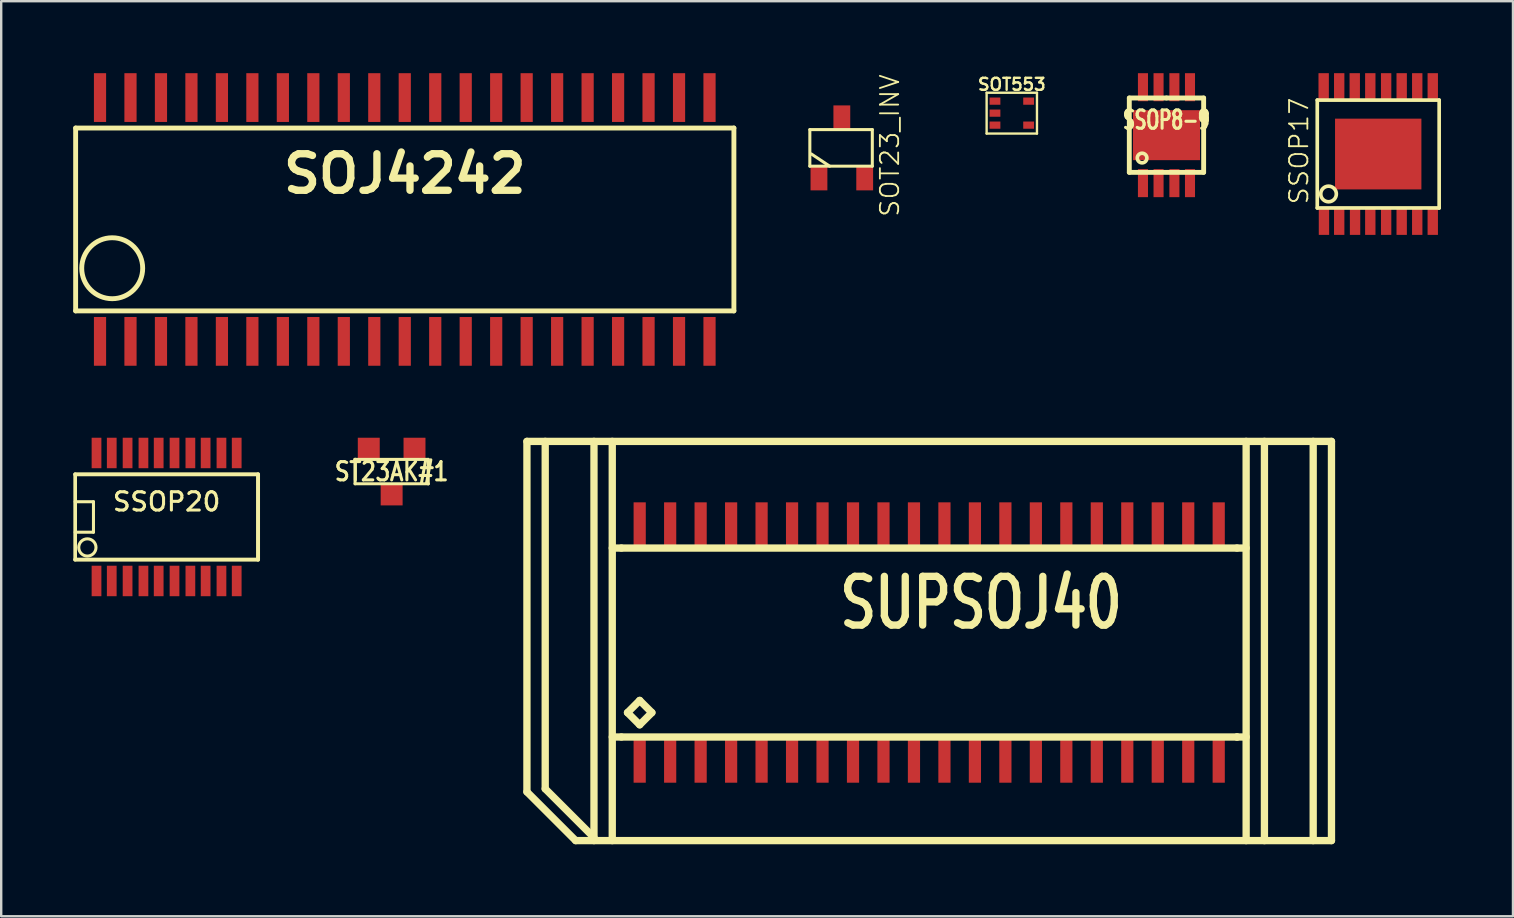
<source format=kicad_pcb>
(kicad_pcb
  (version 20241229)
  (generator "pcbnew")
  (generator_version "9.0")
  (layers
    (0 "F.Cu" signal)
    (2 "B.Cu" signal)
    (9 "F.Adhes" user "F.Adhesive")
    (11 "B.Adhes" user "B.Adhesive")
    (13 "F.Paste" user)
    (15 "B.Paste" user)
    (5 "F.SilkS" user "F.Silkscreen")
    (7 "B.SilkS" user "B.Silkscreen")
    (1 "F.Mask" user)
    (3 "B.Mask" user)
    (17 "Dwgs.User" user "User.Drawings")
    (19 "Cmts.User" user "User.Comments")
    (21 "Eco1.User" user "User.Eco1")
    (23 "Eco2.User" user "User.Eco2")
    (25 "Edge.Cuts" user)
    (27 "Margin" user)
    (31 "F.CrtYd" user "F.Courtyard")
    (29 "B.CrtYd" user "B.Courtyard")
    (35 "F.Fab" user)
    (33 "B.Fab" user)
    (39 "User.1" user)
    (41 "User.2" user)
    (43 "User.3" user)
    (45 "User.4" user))
  (footprint "SOT553"
    (layer "F.Cu")
    (at 39.115 1.665)
    (property "Reference" "SOT553" (at 0 -1.199 0) (layer "F.SilkS") (effects (font (size 0.5 0.5) (thickness 0.099))))
    (attr smd)
    (fp_line (start -1.049 -0.851) (end 1.049 -0.851) (stroke (width 0.099) (type solid)) (layer "F.SilkS"))
    (fp_line (start -1.049 0.851) (end -1.049 -0.851) (stroke (width 0.099) (type solid)) (layer "F.SilkS"))
    (fp_line (start 1.049 -0.851) (end 1.049 0.851) (stroke (width 0.099) (type solid)) (layer "F.SilkS"))
    (fp_line (start 1.049 0.851) (end -1.049 0.851) (stroke (width 0.099) (type solid)) (layer "F.SilkS"))
    (pad "1" smd rect (at -0.701 -0.5) (size 0.45 0.3) (layers "F.Cu" "F.Mask" "F.Paste"))
    (pad "2" smd rect (at -0.701 0) (size 0.45 0.3) (layers "F.Cu" "F.Mask" "F.Paste"))
    (pad "3" smd rect (at -0.701 0.5) (size 0.45 0.3) (layers "F.Cu" "F.Mask" "F.Paste"))
    (pad "4" smd rect (at 0.701 0.5) (size 0.45 0.3) (layers "F.Cu" "F.Mask" "F.Paste"))
    (pad "5" smd rect (at 0.701 -0.5) (size 0.45 0.3) (layers "F.Cu" "F.Mask" "F.Paste")))
  (footprint "SSOP20"
    (layer "F.Cu")
    (at 3.893 18.494)
    (property "Reference" "SSOP20" (at 0 -0.635 0) (layer "F.SilkS") (effects (font (size 0.762 0.762) (thickness 0.127))))
    (attr smd)
    (fp_line (start -3.81 -0.635) (end -3.048 -0.635) (stroke (width 0.127) (type solid)) (layer "F.SilkS"))
    (fp_line (start -3.81 1.778) (end -3.81 -1.778) (stroke (width 0.152) (type solid)) (layer "F.SilkS"))
    (fp_line (start -3.81 1.778) (end 3.81 1.778) (stroke (width 0.165) (type solid)) (layer "F.SilkS"))
    (fp_line (start -3.048 -0.635) (end -3.048 0.635) (stroke (width 0.127) (type solid)) (layer "F.SilkS"))
    (fp_line (start -3.048 0.635) (end -3.81 0.635) (stroke (width 0.127) (type solid)) (layer "F.SilkS"))
    (fp_line (start 3.81 -1.778) (end -3.81 -1.778) (stroke (width 0.165) (type solid)) (layer "F.SilkS"))
    (fp_line (start 3.81 -1.778) (end 3.81 1.778) (stroke (width 0.165) (type solid)) (layer "F.SilkS"))
    (fp_circle (center -3.302 1.27) (end -3.556 1.016) (stroke (width 0.127) (type solid)) (fill no) (layer "F.SilkS"))
    (pad "1" smd rect (at -2.921 2.667) (size 0.406 1.27) (layers "F.Cu" "F.Mask" "F.Paste"))
    (pad "2" smd rect (at -2.286 2.667) (size 0.406 1.27) (layers "F.Cu" "F.Mask" "F.Paste"))
    (pad "3" smd rect (at -1.626 2.667) (size 0.406 1.27) (layers "F.Cu" "F.Mask" "F.Paste"))
    (pad "4" smd rect (at -0.965 2.667) (size 0.406 1.27) (layers "F.Cu" "F.Mask" "F.Paste"))
    (pad "5" smd rect (at -0.33 2.667) (size 0.406 1.27) (layers "F.Cu" "F.Mask" "F.Paste"))
    (pad "6" smd rect (at 0.33 2.667) (size 0.406 1.27) (layers "F.Cu" "F.Mask" "F.Paste"))
    (pad "7" smd rect (at 0.991 2.667) (size 0.406 1.27) (layers "F.Cu" "F.Mask" "F.Paste"))
    (pad "8" smd rect (at 1.626 2.667) (size 0.406 1.27) (layers "F.Cu" "F.Mask" "F.Paste"))
    (pad "9" smd rect (at 2.286 2.667) (size 0.406 1.27) (layers "F.Cu" "F.Mask" "F.Paste"))
    (pad "10" smd rect (at 2.921 2.667) (size 0.406 1.27) (layers "F.Cu" "F.Mask" "F.Paste"))
    (pad "11" smd rect (at 2.921 -2.667) (size 0.406 1.27) (layers "F.Cu" "F.Mask" "F.Paste"))
    (pad "12" smd rect (at 2.286 -2.667) (size 0.406 1.27) (layers "F.Cu" "F.Mask" "F.Paste"))
    (pad "13" smd rect (at 1.626 -2.667) (size 0.406 1.27) (layers "F.Cu" "F.Mask" "F.Paste"))
    (pad "14" smd rect (at 0.991 -2.667) (size 0.406 1.27) (layers "F.Cu" "F.Mask" "F.Paste"))
    (pad "15" smd rect (at 0.33 -2.667) (size 0.406 1.27) (layers "F.Cu" "F.Mask" "F.Paste"))
    (pad "16" smd rect (at -0.33 -2.667) (size 0.406 1.27) (layers "F.Cu" "F.Mask" "F.Paste"))
    (pad "17" smd rect (at -0.965 -2.667) (size 0.406 1.27) (layers "F.Cu" "F.Mask" "F.Paste"))
    (pad "18" smd rect (at -1.626 -2.667) (size 0.406 1.27) (layers "F.Cu" "F.Mask" "F.Paste"))
    (pad "19" smd rect (at -2.286 -2.667) (size 0.406 1.27) (layers "F.Cu" "F.Mask" "F.Paste"))
    (pad "20" smd rect (at -2.921 -2.667) (size 0.406 1.27) (layers "F.Cu" "F.Mask" "F.Paste")))
  (footprint "ST23AK#1"
    (layer "F.Cu")
    (at 13.271 16.602)
    (property "Reference" "ST23AK#1" (at 0 0 0) (layer "F.SilkS") (effects (font (size 0.762 0.635) (thickness 0.127))))
    (attr smd)
    (fp_line (start -1.524 -0.508) (end -1.524 -0.508) (stroke (width 0.127) (type solid)) (layer "F.SilkS"))
    (fp_line (start -1.524 -0.508) (end -1.524 -0.508) (stroke (width 0.127) (type solid)) (layer "F.SilkS"))
    (fp_line (start -1.524 -0.508) (end 1.524 -0.508) (stroke (width 0.127) (type solid)) (layer "F.SilkS"))
    (fp_line (start -1.524 0.508) (end -1.524 -0.508) (stroke (width 0.127) (type solid)) (layer "F.SilkS"))
    (fp_line (start 1.524 -0.508) (end 1.524 0.508) (stroke (width 0.127) (type solid)) (layer "F.SilkS"))
    (fp_line (start 1.524 0.508) (end -1.524 0.508) (stroke (width 0.127) (type solid)) (layer "F.SilkS"))
    (fp_line (start 1.524 0.508) (end 1.524 0.508) (stroke (width 0.127) (type solid)) (layer "F.SilkS"))
    (pad "1" smd rect (at 0.953 -0.953) (size 0.914 0.914) (layers "F.Cu" "F.Mask" "F.Paste"))
    (pad "2" smd rect (at 0 0.953) (size 0.914 0.914) (layers "F.Cu" "F.Mask" "F.Paste"))
    (pad "3" smd rect (at -0.953 -0.953) (size 0.914 0.914) (layers "F.Cu" "F.Mask" "F.Paste")))
  (footprint "SSOP17"
    (layer "F.Cu")
    (at 54.385 3.369)
    (property "Reference" "SSOP17" (at -3.302 -0.127 90) (layer "F.SilkS") (effects (font (size 0.762 0.762) (thickness 0.076))))
    (attr smd)
    (fp_line (start -2.54 -2.248) (end -2.54 2.248) (stroke (width 0.152) (type solid)) (layer "F.SilkS"))
    (fp_line (start -2.54 2.248) (end 2.54 2.248) (stroke (width 0.152) (type solid)) (layer "F.SilkS"))
    (fp_line (start 2.54 -2.248) (end -2.54 -2.248) (stroke (width 0.152) (type solid)) (layer "F.SilkS"))
    (fp_line (start 2.54 2.248) (end 2.54 -2.248) (stroke (width 0.152) (type solid)) (layer "F.SilkS"))
    (fp_circle (center -2.07 1.664) (end -2.273 1.918) (stroke (width 0.152) (type solid)) (fill no) (layer "F.SilkS"))
    (pad "1" smd rect (at -2.261 2.794) (size 0.432 1.151) (layers "F.Cu" "F.Mask" "F.Paste"))
    (pad "2" smd rect (at -1.626 2.794) (size 0.432 1.151) (layers "F.Cu" "F.Mask" "F.Paste"))
    (pad "3" smd rect (at -0.965 2.794) (size 0.432 1.151) (layers "F.Cu" "F.Mask" "F.Paste"))
    (pad "4" smd rect (at -0.33 2.794) (size 0.432 1.151) (layers "F.Cu" "F.Mask" "F.Paste"))
    (pad "5" smd rect (at 0.33 2.794) (size 0.432 1.151) (layers "F.Cu" "F.Mask" "F.Paste"))
    (pad "6" smd rect (at 0.978 2.794) (size 0.432 1.151) (layers "F.Cu" "F.Mask" "F.Paste"))
    (pad "7" smd rect (at 1.626 2.794) (size 0.432 1.151) (layers "F.Cu" "F.Mask" "F.Paste"))
    (pad "8" smd rect (at 2.273 2.794) (size 0.432 1.151) (layers "F.Cu" "F.Mask" "F.Paste"))
    (pad "9" smd rect (at 2.273 -2.794) (size 0.432 1.151) (layers "F.Cu" "F.Mask" "F.Paste"))
    (pad "10" smd rect (at 1.626 -2.794) (size 0.432 1.151) (layers "F.Cu" "F.Mask" "F.Paste"))
    (pad "11" smd rect (at 0.978 -2.794) (size 0.432 1.151) (layers "F.Cu" "F.Mask" "F.Paste"))
    (pad "12" smd rect (at 0.33 -2.794) (size 0.432 1.151) (layers "F.Cu" "F.Mask" "F.Paste"))
    (pad "13" smd rect (at -0.33 -2.794) (size 0.432 1.151) (layers "F.Cu" "F.Mask" "F.Paste"))
    (pad "14" smd rect (at -0.978 -2.794) (size 0.432 1.151) (layers "F.Cu" "F.Mask" "F.Paste"))
    (pad "15" smd rect (at -1.626 -2.794) (size 0.432 1.151) (layers "F.Cu" "F.Mask" "F.Paste"))
    (pad "16" smd rect (at -2.273 -2.794) (size 0.432 1.151) (layers "F.Cu" "F.Mask" "F.Paste"))
    (pad "17" smd rect (at 0 0) (size 3.599 2.949) (layers "F.Cu" "F.Mask" "F.Paste")))
  (footprint "SSOP8-9"
    (layer "F.Cu")
    (at 45.561 2.583)
    (property "Reference" "SSOP8-9" (at 0 -0.635 0) (layer "F.SilkS") (effects (font (size 0.762 0.508) (thickness 0.152))))
    (attr smd)
    (fp_line (start -1.549 -1.549) (end -1.549 1.549) (stroke (width 0.203) (type solid)) (layer "F.SilkS"))
    (fp_line (start -1.549 1.549) (end 1.549 1.549) (stroke (width 0.203) (type solid)) (layer "F.SilkS"))
    (fp_line (start 0 -1.549) (end -1.549 -1.549) (stroke (width 0.203) (type solid)) (layer "F.SilkS"))
    (fp_line (start 1.549 -1.549) (end 0 -1.549) (stroke (width 0.203) (type solid)) (layer "F.SilkS"))
    (fp_line (start 1.549 1.549) (end 1.549 -1.549) (stroke (width 0.203) (type solid)) (layer "F.SilkS"))
    (fp_circle (center -1.016 0.953) (end -1.079 1.143) (stroke (width 0.152) (type solid)) (fill no) (layer "F.SilkS"))
    (pad "1" smd rect (at -0.98 1.999) (size 0.419 1.168) (layers "F.Cu" "F.Mask" "F.Paste"))
    (pad "2" smd rect (at -0.33 1.999) (size 0.419 1.168) (layers "F.Cu" "F.Mask" "F.Paste"))
    (pad "3" smd rect (at 0.33 1.999) (size 0.419 1.168) (layers "F.Cu" "F.Mask" "F.Paste"))
    (pad "4" smd rect (at 0.98 1.999) (size 0.419 1.168) (layers "F.Cu" "F.Mask" "F.Paste"))
    (pad "5" smd rect (at 0.98 -1.999) (size 0.419 1.168) (layers "F.Cu" "F.Mask" "F.Paste"))
    (pad "6" smd rect (at 0.33 -1.999) (size 0.419 1.168) (layers "F.Cu" "F.Mask" "F.Paste"))
    (pad "7" smd rect (at -0.33 -1.999) (size 0.419 1.168) (layers "F.Cu" "F.Mask" "F.Paste"))
    (pad "8" smd rect (at -0.98 -1.999) (size 0.419 1.168) (layers "F.Cu" "F.Mask" "F.Paste"))
    (pad "9" smd rect (at 0 0) (size 2.794 2.083) (layers "F.Cu" "F.Mask" "F.Paste")))
  (footprint "SOJ4242"
    (layer "F.Cu")
    (at 13.818 6.096)
    (property "Reference" "SOJ4242" (at 0 -1.905 0) (layer "F.SilkS") (effects (font (size 1.524 1.524) (thickness 0.305))))
    (attr smd)
    (fp_line (start -13.716 -3.81) (end 13.716 -3.81) (stroke (width 0.203) (type solid)) (layer "F.SilkS"))
    (fp_line (start -13.716 3.81) (end -13.716 -3.81) (stroke (width 0.203) (type solid)) (layer "F.SilkS"))
    (fp_line (start 13.716 3.81) (end -13.716 3.81) (stroke (width 0.203) (type solid)) (layer "F.SilkS"))
    (fp_line (start 13.716 3.81) (end 13.716 -3.81) (stroke (width 0.203) (type solid)) (layer "F.SilkS"))
    (fp_circle (center -12.192 2.032) (end -12.192 0.762) (stroke (width 0.203) (type solid)) (fill no) (layer "F.SilkS"))
    (pad "1" smd rect (at -12.7 5.08) (size 0.508 2.032) (layers "F.Cu" "F.Mask" "F.Paste"))
    (pad "2" smd rect (at -11.43 5.08) (size 0.508 2.032) (layers "F.Cu" "F.Mask" "F.Paste"))
    (pad "3" smd rect (at -10.16 5.08) (size 0.508 2.032) (layers "F.Cu" "F.Mask" "F.Paste"))
    (pad "4" smd rect (at -8.89 5.08) (size 0.508 2.032) (layers "F.Cu" "F.Mask" "F.Paste"))
    (pad "5" smd rect (at -7.62 5.08) (size 0.508 2.032) (layers "F.Cu" "F.Mask" "F.Paste"))
    (pad "6" smd rect (at -6.35 5.08) (size 0.508 2.032) (layers "F.Cu" "F.Mask" "F.Paste"))
    (pad "7" smd rect (at -5.08 5.08) (size 0.508 2.032) (layers "F.Cu" "F.Mask" "F.Paste"))
    (pad "8" smd rect (at -3.81 5.08) (size 0.508 2.032) (layers "F.Cu" "F.Mask" "F.Paste"))
    (pad "9" smd rect (at -2.54 5.08) (size 0.508 2.032) (layers "F.Cu" "F.Mask" "F.Paste"))
    (pad "10" smd rect (at -1.27 5.08) (size 0.508 2.032) (layers "F.Cu" "F.Mask" "F.Paste"))
    (pad "11" smd rect (at 0 5.08) (size 0.508 2.032) (layers "F.Cu" "F.Mask" "F.Paste"))
    (pad "12" smd rect (at 1.27 5.08) (size 0.508 2.032) (layers "F.Cu" "F.Mask" "F.Paste"))
    (pad "13" smd rect (at 2.54 5.08) (size 0.508 2.032) (layers "F.Cu" "F.Mask" "F.Paste"))
    (pad "14" smd rect (at 3.81 5.08) (size 0.508 2.032) (layers "F.Cu" "F.Mask" "F.Paste"))
    (pad "15" smd rect (at 5.08 5.08) (size 0.508 2.032) (layers "F.Cu" "F.Mask" "F.Paste"))
    (pad "16" smd rect (at 6.35 5.08) (size 0.508 2.032) (layers "F.Cu" "F.Mask" "F.Paste"))
    (pad "17" smd rect (at 7.62 5.08) (size 0.508 2.032) (layers "F.Cu" "F.Mask" "F.Paste"))
    (pad "18" smd rect (at 8.89 5.08) (size 0.508 2.032) (layers "F.Cu" "F.Mask" "F.Paste"))
    (pad "19" smd rect (at 10.16 5.08) (size 0.508 2.032) (layers "F.Cu" "F.Mask" "F.Paste"))
    (pad "20" smd rect (at 11.43 5.08) (size 0.508 2.032) (layers "F.Cu" "F.Mask" "F.Paste"))
    (pad "21" smd rect (at 12.7 5.08) (size 0.508 2.032) (layers "F.Cu" "F.Mask" "F.Paste"))
    (pad "22" smd rect (at 12.7 -5.08) (size 0.508 2.032) (layers "F.Cu" "F.Mask" "F.Paste"))
    (pad "23" smd rect (at 11.43 -5.08) (size 0.508 2.032) (layers "F.Cu" "F.Mask" "F.Paste"))
    (pad "24" smd rect (at 10.16 -5.08) (size 0.508 2.032) (layers "F.Cu" "F.Mask" "F.Paste"))
    (pad "25" smd rect (at 8.89 -5.08) (size 0.508 2.032) (layers "F.Cu" "F.Mask" "F.Paste"))
    (pad "26" smd rect (at 7.62 -5.08) (size 0.508 2.032) (layers "F.Cu" "F.Mask" "F.Paste"))
    (pad "27" smd rect (at 6.35 -5.08) (size 0.508 2.032) (layers "F.Cu" "F.Mask" "F.Paste"))
    (pad "28" smd rect (at 5.08 -5.08) (size 0.508 2.032) (layers "F.Cu" "F.Mask" "F.Paste"))
    (pad "29" smd rect (at 3.81 -5.08) (size 0.508 2.032) (layers "F.Cu" "F.Mask" "F.Paste"))
    (pad "30" smd rect (at 2.54 -5.08) (size 0.508 2.032) (layers "F.Cu" "F.Mask" "F.Paste"))
    (pad "31" smd rect (at 1.27 -5.08) (size 0.508 2.032) (layers "F.Cu" "F.Mask" "F.Paste"))
    (pad "32" smd rect (at 0 -5.08) (size 0.508 2.032) (layers "F.Cu" "F.Mask" "F.Paste"))
    (pad "33" smd rect (at -1.27 -5.08) (size 0.508 2.032) (layers "F.Cu" "F.Mask" "F.Paste"))
    (pad "34" smd rect (at -2.54 -5.08) (size 0.508 2.032) (layers "F.Cu" "F.Mask" "F.Paste"))
    (pad "35" smd rect (at -3.81 -5.08) (size 0.508 2.032) (layers "F.Cu" "F.Mask" "F.Paste"))
    (pad "36" smd rect (at -5.08 -5.08) (size 0.508 2.032) (layers "F.Cu" "F.Mask" "F.Paste"))
    (pad "37" smd rect (at -6.35 -5.08) (size 0.508 2.032) (layers "F.Cu" "F.Mask" "F.Paste"))
    (pad "38" smd rect (at -7.62 -5.08) (size 0.508 2.032) (layers "F.Cu" "F.Mask" "F.Paste"))
    (pad "39" smd rect (at -8.89 -5.08) (size 0.508 2.032) (layers "F.Cu" "F.Mask" "F.Paste"))
    (pad "40" smd rect (at -10.16 -5.08) (size 0.508 2.032) (layers "F.Cu" "F.Mask" "F.Paste"))
    (pad "41" smd rect (at -11.43 -5.08) (size 0.508 2.032) (layers "F.Cu" "F.Mask" "F.Paste"))
    (pad "42" smd rect (at -12.7 -5.08) (size 0.508 2.032) (layers "F.Cu" "F.Mask" "F.Paste")))
  (footprint "SOT23_INV"
    (layer "F.Cu")
    (at 32.032 3.113)
    (property "Reference" "SOT23_INV" (at 1.999 -0.099 90) (layer "F.SilkS") (effects (font (size 0.762 0.762) (thickness 0.076))))
    (attr smd)
    (fp_line (start -1.333 -0.762) (end 1.27 -0.762) (stroke (width 0.127) (type solid)) (layer "F.SilkS"))
    (fp_line (start -1.333 0.762) (end -1.333 -0.762) (stroke (width 0.127) (type solid)) (layer "F.SilkS"))
    (fp_line (start -0.508 0.762) (end -1.27 0.254) (stroke (width 0.127) (type solid)) (layer "F.SilkS"))
    (fp_line (start 1.27 -0.762) (end 1.27 0.762) (stroke (width 0.127) (type solid)) (layer "F.SilkS"))
    (fp_line (start 1.27 0.762) (end -1.333 0.762) (stroke (width 0.127) (type solid)) (layer "F.SilkS"))
    (pad "1" smd rect (at 0.953 1.27) (size 0.701 1.001) (layers "F.Cu" "F.Mask" "F.Paste"))
    (pad "2" smd rect (at -0.953 1.27) (size 0.701 1.001) (layers "F.Cu" "F.Mask" "F.Paste"))
    (pad "3" smd rect (at 0 -1.27) (size 0.701 1.001) (layers "F.Cu" "F.Mask" "F.Paste")))
  (footprint "SUPSOJ40"
    (layer "F.Cu")
    (at 36.308 23.599)
    (property "Reference" "SUPSOJ40" (at 1.524 -1.524 180) (layer "F.SilkS") (effects (font (size 2.032 1.524) (thickness 0.305))))
    (attr smd)
    (fp_line (start -17.399 6.35) (end -17.399 -8.255) (stroke (width 0.305) (type solid)) (layer "F.SilkS"))
    (fp_line (start -16.637 -8.255) (end -16.637 6.223) (stroke (width 0.305) (type solid)) (layer "F.SilkS"))
    (fp_line (start -16.637 6.223) (end -14.605 8.255) (stroke (width 0.305) (type solid)) (layer "F.SilkS"))
    (fp_line (start -15.367 8.382) (end -17.399 6.35) (stroke (width 0.305) (type solid)) (layer "F.SilkS"))
    (fp_line (start -14.605 8.382) (end -14.605 -8.255) (stroke (width 0.305) (type solid)) (layer "F.SilkS"))
    (fp_line (start -13.843 8.382) (end -13.843 -8.255) (stroke (width 0.305) (type solid)) (layer "F.SilkS"))
    (fp_line (start -13.462 -3.81) (end -13.843 -3.81) (stroke (width 0.305) (type solid)) (layer "F.SilkS"))
    (fp_line (start -13.462 -3.81) (end 12.192 -3.81) (stroke (width 0.305) (type solid)) (layer "F.SilkS"))
    (fp_line (start -13.462 4.064) (end -13.843 4.064) (stroke (width 0.305) (type solid)) (layer "F.SilkS"))
    (fp_line (start -13.208 3.048) (end -12.7 2.54) (stroke (width 0.305) (type solid)) (layer "F.SilkS"))
    (fp_line (start -12.7 2.54) (end -12.192 3.048) (stroke (width 0.305) (type solid)) (layer "F.SilkS"))
    (fp_line (start -12.7 3.556) (end -13.208 3.048) (stroke (width 0.305) (type solid)) (layer "F.SilkS"))
    (fp_line (start -12.192 3.048) (end -12.7 3.556) (stroke (width 0.305) (type solid)) (layer "F.SilkS"))
    (fp_line (start 12.192 -3.81) (end 12.573 -3.81) (stroke (width 0.305) (type solid)) (layer "F.SilkS"))
    (fp_line (start 12.192 4.064) (end -13.462 4.064) (stroke (width 0.305) (type solid)) (layer "F.SilkS"))
    (fp_line (start 12.192 4.064) (end 12.192 4.064) (stroke (width 0.305) (type solid)) (layer "F.SilkS"))
    (fp_line (start 12.192 4.064) (end 12.573 4.064) (stroke (width 0.305) (type solid)) (layer "F.SilkS"))
    (fp_line (start 12.573 8.382) (end 12.573 -8.255) (stroke (width 0.305) (type solid)) (layer "F.SilkS"))
    (fp_line (start 13.335 8.382) (end 13.335 -8.255) (stroke (width 0.305) (type solid)) (layer "F.SilkS"))
    (fp_line (start 15.367 8.382) (end 15.367 -8.255) (stroke (width 0.305) (type solid)) (layer "F.SilkS"))
    (fp_line (start 16.129 -8.255) (end -17.399 -8.255) (stroke (width 0.305) (type solid)) (layer "F.SilkS"))
    (fp_line (start 16.129 -8.255) (end 16.129 8.382) (stroke (width 0.305) (type solid)) (layer "F.SilkS"))
    (fp_line (start 16.129 8.382) (end -15.367 8.382) (stroke (width 0.305) (type solid)) (layer "F.SilkS"))
    (pad "1" smd rect (at -12.7 5.08) (size 0.508 1.778) (layers "F.Cu" "F.Mask" "F.Paste"))
    (pad "2" smd rect (at -11.43 5.08) (size 0.508 1.778) (layers "F.Cu" "F.Mask" "F.Paste"))
    (pad "3" smd rect (at -10.16 5.08) (size 0.508 1.778) (layers "F.Cu" "F.Mask" "F.Paste"))
    (pad "4" smd rect (at -8.89 5.08) (size 0.508 1.778) (layers "F.Cu" "F.Mask" "F.Paste"))
    (pad "5" smd rect (at -7.62 5.08) (size 0.508 1.778) (layers "F.Cu" "F.Mask" "F.Paste"))
    (pad "6" smd rect (at -6.35 5.08) (size 0.508 1.778) (layers "F.Cu" "F.Mask" "F.Paste"))
    (pad "7" smd rect (at -5.08 5.08) (size 0.508 1.778) (layers "F.Cu" "F.Mask" "F.Paste"))
    (pad "8" smd rect (at -3.81 5.08) (size 0.508 1.778) (layers "F.Cu" "F.Mask" "F.Paste"))
    (pad "9" smd rect (at -2.54 5.08) (size 0.508 1.778) (layers "F.Cu" "F.Mask" "F.Paste"))
    (pad "10" smd rect (at -1.27 5.08) (size 0.508 1.778) (layers "F.Cu" "F.Mask" "F.Paste"))
    (pad "11" smd rect (at 0 5.08) (size 0.508 1.778) (layers "F.Cu" "F.Mask" "F.Paste"))
    (pad "12" smd rect (at 1.27 5.08) (size 0.508 1.778) (layers "F.Cu" "F.Mask" "F.Paste"))
    (pad "13" smd rect (at 2.54 5.08) (size 0.508 1.778) (layers "F.Cu" "F.Mask" "F.Paste"))
    (pad "14" smd rect (at 3.81 5.08) (size 0.508 1.778) (layers "F.Cu" "F.Mask" "F.Paste"))
    (pad "15" smd rect (at 5.08 5.08) (size 0.508 1.778) (layers "F.Cu" "F.Mask" "F.Paste"))
    (pad "16" smd rect (at 6.35 5.08) (size 0.508 1.778) (layers "F.Cu" "F.Mask" "F.Paste"))
    (pad "17" smd rect (at 7.62 5.08) (size 0.508 1.778) (layers "F.Cu" "F.Mask" "F.Paste"))
    (pad "18" smd rect (at 8.89 5.08) (size 0.508 1.778) (layers "F.Cu" "F.Mask" "F.Paste"))
    (pad "19" smd rect (at 10.16 5.08) (size 0.508 1.778) (layers "F.Cu" "F.Mask" "F.Paste"))
    (pad "20" smd rect (at 11.43 5.08) (size 0.508 1.778) (layers "F.Cu" "F.Mask" "F.Paste"))
    (pad "21" smd rect (at 11.43 -4.826) (size 0.508 1.778) (layers "F.Cu" "F.Mask" "F.Paste"))
    (pad "22" smd rect (at 10.16 -4.826) (size 0.508 1.778) (layers "F.Cu" "F.Mask" "F.Paste"))
    (pad "23" smd rect (at 8.89 -4.826) (size 0.508 1.778) (layers "F.Cu" "F.Mask" "F.Paste"))
    (pad "24" smd rect (at 7.62 -4.826) (size 0.508 1.778) (layers "F.Cu" "F.Mask" "F.Paste"))
    (pad "25" smd rect (at 6.35 -4.826) (size 0.508 1.778) (layers "F.Cu" "F.Mask" "F.Paste"))
    (pad "26" smd rect (at 5.08 -4.826) (size 0.508 1.778) (layers "F.Cu" "F.Mask" "F.Paste"))
    (pad "27" smd rect (at 3.81 -4.826) (size 0.508 1.778) (layers "F.Cu" "F.Mask" "F.Paste"))
    (pad "28" smd rect (at 2.54 -4.826) (size 0.508 1.778) (layers "F.Cu" "F.Mask" "F.Paste"))
    (pad "29" smd rect (at 1.27 -4.826) (size 0.508 1.778) (layers "F.Cu" "F.Mask" "F.Paste"))
    (pad "30" smd rect (at 0 -4.826) (size 0.508 1.778) (layers "F.Cu" "F.Mask" "F.Paste"))
    (pad "31" smd rect (at -1.27 -4.826) (size 0.508 1.778) (layers "F.Cu" "F.Mask" "F.Paste"))
    (pad "32" smd rect (at -2.54 -4.826) (size 0.508 1.778) (layers "F.Cu" "F.Mask" "F.Paste"))
    (pad "33" smd rect (at -3.81 -4.826) (size 0.508 1.778) (layers "F.Cu" "F.Mask" "F.Paste"))
    (pad "34" smd rect (at -5.08 -4.826) (size 0.508 1.778) (layers "F.Cu" "F.Mask" "F.Paste"))
    (pad "35" smd rect (at -6.35 -4.826) (size 0.508 1.778) (layers "F.Cu" "F.Mask" "F.Paste"))
    (pad "36" smd rect (at -7.62 -4.826) (size 0.508 1.778) (layers "F.Cu" "F.Mask" "F.Paste"))
    (pad "37" smd rect (at -8.89 -4.826) (size 0.508 1.778) (layers "F.Cu" "F.Mask" "F.Paste"))
    (pad "38" smd rect (at -10.16 -4.826) (size 0.508 1.778) (layers "F.Cu" "F.Mask" "F.Paste"))
    (pad "39" smd rect (at -11.43 -4.826) (size 0.508 1.778) (layers "F.Cu" "F.Mask" "F.Paste"))
    (pad "40" smd rect (at -12.7 -4.826) (size 0.508 1.778) (layers "F.Cu" "F.Mask" "F.Paste")))
  (gr_rect
    (start -3 -3)
    (end 60.001 35.134)
    (stroke (width 0.1) (type default))
    (fill no)
    (layer "Edge.Cuts")))
</source>
